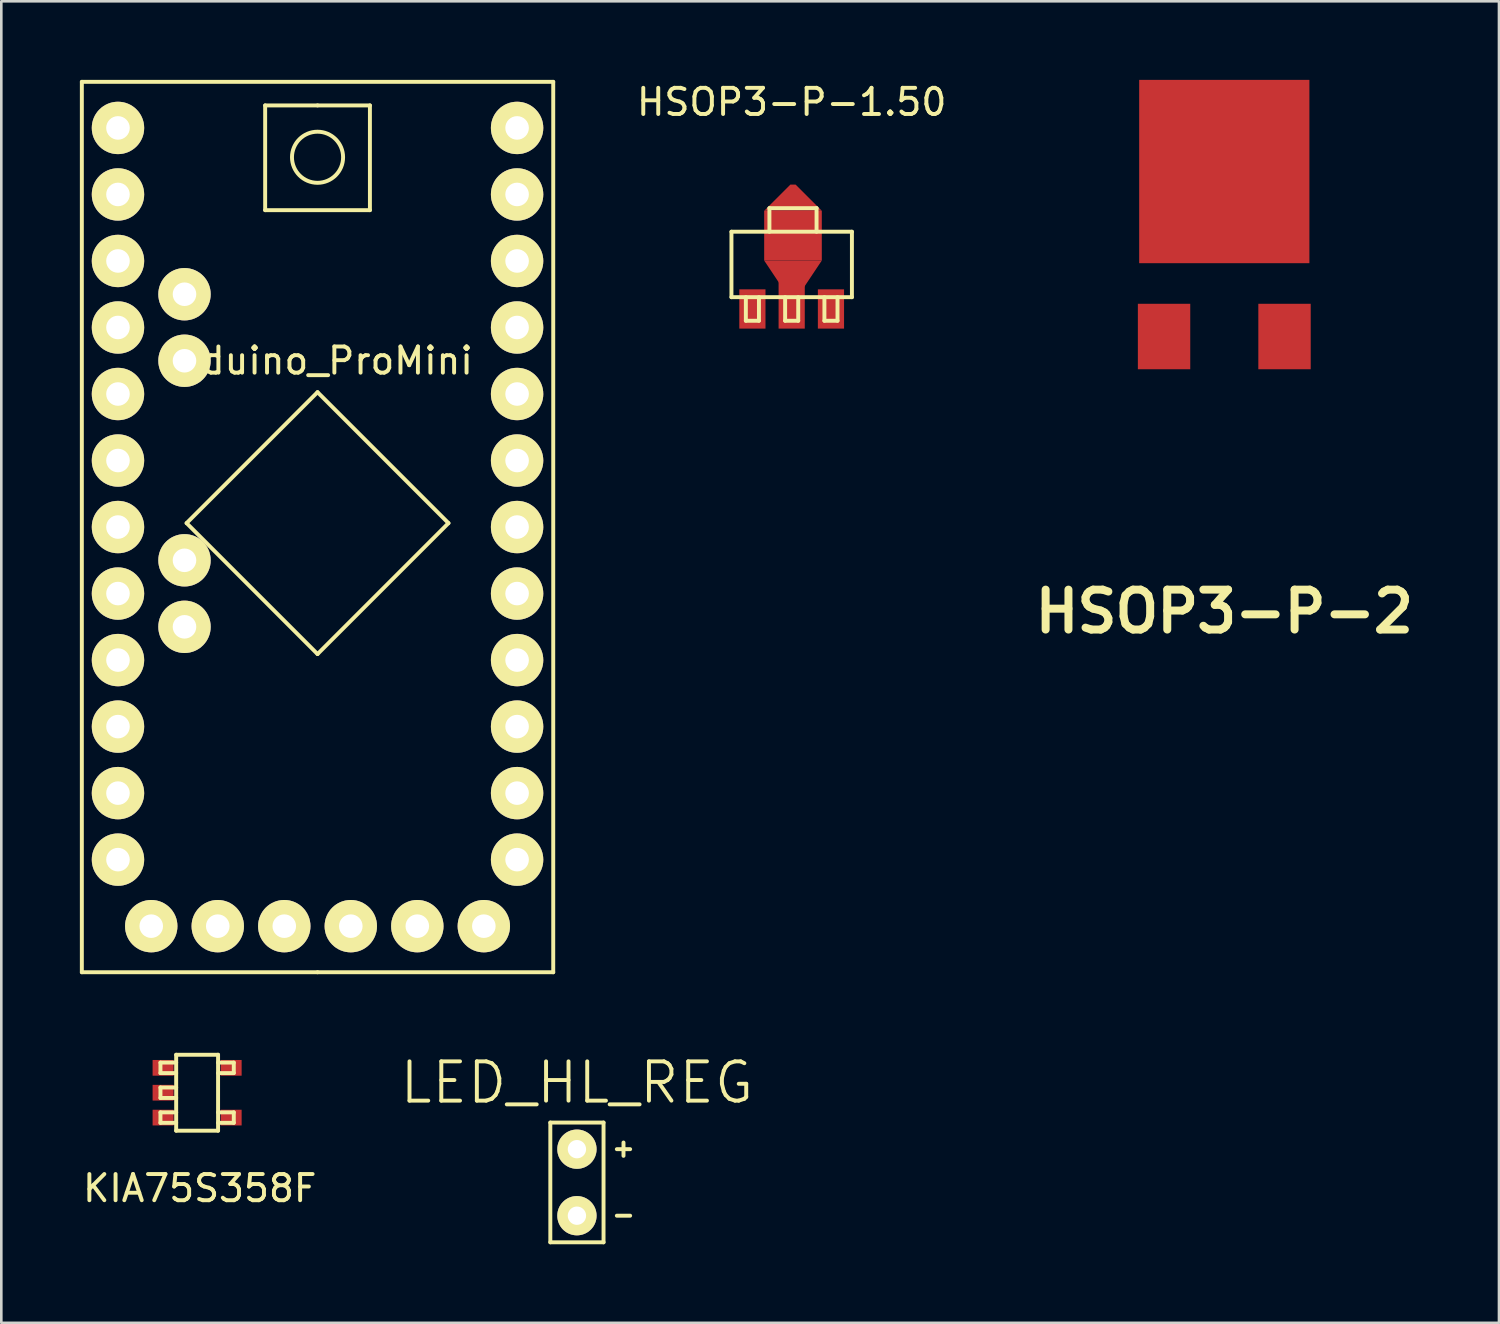
<source format=kicad_pcb>
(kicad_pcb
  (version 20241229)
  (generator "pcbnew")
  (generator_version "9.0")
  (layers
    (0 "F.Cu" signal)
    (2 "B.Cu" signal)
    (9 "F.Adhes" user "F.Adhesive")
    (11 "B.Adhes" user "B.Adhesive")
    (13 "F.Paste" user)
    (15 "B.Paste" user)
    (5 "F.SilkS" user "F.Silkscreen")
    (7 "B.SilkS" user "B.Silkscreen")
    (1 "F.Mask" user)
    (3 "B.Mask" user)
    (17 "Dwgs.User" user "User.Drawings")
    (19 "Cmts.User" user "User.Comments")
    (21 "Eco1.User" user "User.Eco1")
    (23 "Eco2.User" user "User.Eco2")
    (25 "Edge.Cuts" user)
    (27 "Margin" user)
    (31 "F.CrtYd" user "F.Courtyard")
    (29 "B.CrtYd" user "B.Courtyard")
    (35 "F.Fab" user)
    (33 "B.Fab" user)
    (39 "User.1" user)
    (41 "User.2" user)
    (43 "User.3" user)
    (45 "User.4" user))
  (footprint "HSOP3-P-1.50"
    (layer "F.Cu")
    (at 27.18 8.748)
    (property "Reference" "HSOP3-P-1.50" (at 0 -7.9 0) (layer "F.SilkS") (effects (font (size 1 1) (thickness 0.15))))
    (attr through_hole)
    (fp_line (start -2.3 -2.95) (end 2.3 -2.95) (stroke (width 0.15) (type solid)) (layer "F.SilkS"))
    (fp_line (start -2.3 -0.45) (end -2.3 -2.95) (stroke (width 0.15) (type solid)) (layer "F.SilkS"))
    (fp_line (start -1.75 -0.45) (end -1.75 0.45) (stroke (width 0.15) (type solid)) (layer "F.SilkS"))
    (fp_line (start -1.75 0.45) (end -1.25 0.45) (stroke (width 0.15) (type solid)) (layer "F.SilkS"))
    (fp_line (start -1.25 0.45) (end -1.25 -0.45) (stroke (width 0.15) (type solid)) (layer "F.SilkS"))
    (fp_line (start -0.85 -3.85) (end 0.95 -3.85) (stroke (width 0.15) (type solid)) (layer "F.SilkS"))
    (fp_line (start -0.85 -2.95) (end -0.85 -3.85) (stroke (width 0.15) (type solid)) (layer "F.SilkS"))
    (fp_line (start -0.25 -0.45) (end -0.25 0.45) (stroke (width 0.15) (type solid)) (layer "F.SilkS"))
    (fp_line (start -0.25 0.45) (end 0.25 0.45) (stroke (width 0.15) (type solid)) (layer "F.SilkS"))
    (fp_line (start 0.25 0.45) (end 0.25 -0.45) (stroke (width 0.15) (type solid)) (layer "F.SilkS"))
    (fp_line (start 0.95 -3.85) (end 0.95 -2.95) (stroke (width 0.15) (type solid)) (layer "F.SilkS"))
    (fp_line (start 1.25 -0.45) (end 1.25 0.45) (stroke (width 0.15) (type solid)) (layer "F.SilkS"))
    (fp_line (start 1.25 0.45) (end 1.75 0.45) (stroke (width 0.15) (type solid)) (layer "F.SilkS"))
    (fp_line (start 1.75 0.45) (end 1.75 -0.45) (stroke (width 0.15) (type solid)) (layer "F.SilkS"))
    (fp_line (start 2.3 -2.95) (end 2.3 -0.45) (stroke (width 0.15) (type solid)) (layer "F.SilkS"))
    (fp_line (start 2.3 -0.45) (end -2.3 -0.45) (stroke (width 0.15) (type solid)) (layer "F.SilkS"))
    (pad "1" smd rect (at -1.5 0) (size 1 1.5) (layers "F.Cu" "F.Mask" "F.Paste"))
    (pad "2" smd rect (at 0 -0.15) (size 1 1.8) (layers "F.Cu" "F.Mask" "F.Paste"))
    (pad "2" smd trapezoid (at 0.05 -4.25) (size 1.2 1) (rect_delta 0 1) (layers "F.Cu" "F.Mask" "F.Paste"))
    (pad "2" smd rect (at 0.05 -2.8) (size 2.2 1.9) (layers "F.Cu" "F.Mask" "F.Paste"))
    (pad "2" smd trapezoid (at 0.05 -1.1 180) (size 1.2 1.5) (rect_delta 0 1) (layers "F.Cu" "F.Mask" "F.Paste"))
    (pad "3" smd rect (at 1.5 0) (size 1 1.5) (layers "F.Cu" "F.Mask" "F.Paste")))
  (footprint "LED_HL_REG"
    (layer "F.Cu")
    (at 18.98 40.831)
    (property "Reference" "LED_HL_REG" (at 0 -2.54 0) (layer "F.SilkS") (effects (font (size 1.5 1.5) (thickness 0.15))))
    (attr through_hole)
    (fp_line (start -1.016 -1.016) (end -1.016 3.556) (stroke (width 0.15) (type solid)) (layer "F.SilkS"))
    (fp_line (start -1.016 3.556) (end 1.016 3.556) (stroke (width 0.15) (type solid)) (layer "F.SilkS"))
    (fp_line (start 1.016 -1.016) (end -1.016 -1.016) (stroke (width 0.15) (type solid)) (layer "F.SilkS"))
    (fp_line (start 1.016 3.556) (end 1.016 -1.016) (stroke (width 0.15) (type solid)) (layer "F.SilkS"))
    (fp_line (start 1.524 0) (end 2.032 0) (stroke (width 0.15) (type solid)) (layer "F.SilkS"))
    (fp_line (start 1.524 2.54) (end 2.032 2.54) (stroke (width 0.15) (type solid)) (layer "F.SilkS"))
    (fp_line (start 1.778 -0.254) (end 1.778 0.254) (stroke (width 0.15) (type solid)) (layer "F.SilkS"))
    (pad "1" thru_hole circle (at 0 0) (size 1.5 1.5) (drill 0.7) (layers "*.Cu" "*.Mask" "F.SilkS"))
    (pad "2" thru_hole circle (at 0 2.54) (size 1.5 1.5) (drill 0.7) (layers "*.Cu" "*.Mask" "F.SilkS")))
  (footprint "KIA75S358F"
    (layer "F.Cu")
    (at 3.177 37.725)
    (property "Reference" "KIA75S358F" (at 1.4 4.6 0) (layer "F.SilkS") (effects (font (size 1 1) (thickness 0.15))))
    (attr through_hole)
    (fp_line (start -0.1 -0.2) (end -0.1 0.2) (stroke (width 0.15) (type solid)) (layer "F.SilkS"))
    (fp_line (start -0.1 0.2) (end 0.5 0.2) (stroke (width 0.15) (type solid)) (layer "F.SilkS"))
    (fp_line (start -0.1 0.75) (end -0.1 1.15) (stroke (width 0.15) (type solid)) (layer "F.SilkS"))
    (fp_line (start -0.1 1.15) (end 0.5 1.15) (stroke (width 0.15) (type solid)) (layer "F.SilkS"))
    (fp_line (start -0.1 1.7) (end -0.1 2.1) (stroke (width 0.15) (type solid)) (layer "F.SilkS"))
    (fp_line (start -0.1 2.1) (end 0.5 2.1) (stroke (width 0.15) (type solid)) (layer "F.SilkS"))
    (fp_line (start 0.5 -0.5) (end 0.5 2.4) (stroke (width 0.15) (type solid)) (layer "F.SilkS"))
    (fp_line (start 0.5 -0.2) (end -0.1 -0.2) (stroke (width 0.15) (type solid)) (layer "F.SilkS"))
    (fp_line (start 0.5 0.75) (end -0.1 0.75) (stroke (width 0.15) (type solid)) (layer "F.SilkS"))
    (fp_line (start 0.5 1.7) (end -0.1 1.7) (stroke (width 0.15) (type solid)) (layer "F.SilkS"))
    (fp_line (start 0.5 2.4) (end 2.1 2.4) (stroke (width 0.15) (type solid)) (layer "F.SilkS"))
    (fp_line (start 2.1 -0.5) (end 0.5 -0.5) (stroke (width 0.15) (type solid)) (layer "F.SilkS"))
    (fp_line (start 2.1 -0.5) (end 2.1 2.4) (stroke (width 0.15) (type solid)) (layer "F.SilkS"))
    (fp_line (start 2.1 -0.2) (end 2.7 -0.2) (stroke (width 0.15) (type solid)) (layer "F.SilkS"))
    (fp_line (start 2.1 1.7) (end 2.7 1.7) (stroke (width 0.15) (type solid)) (layer "F.SilkS"))
    (fp_line (start 2.7 -0.2) (end 2.7 0.2) (stroke (width 0.15) (type solid)) (layer "F.SilkS"))
    (fp_line (start 2.7 0.2) (end 2.1 0.2) (stroke (width 0.15) (type solid)) (layer "F.SilkS"))
    (fp_line (start 2.7 1.7) (end 2.7 2.1) (stroke (width 0.15) (type solid)) (layer "F.SilkS"))
    (fp_line (start 2.7 2.1) (end 2.1 2.1) (stroke (width 0.15) (type solid)) (layer "F.SilkS"))
    (pad "1" smd rect (at 0 0 90) (size 0.6 0.8) (layers "F.Cu" "F.Mask" "F.Paste"))
    (pad "2" smd rect (at 0 0.95 90) (size 0.6 0.8) (layers "F.Cu" "F.Mask" "F.Paste"))
    (pad "3" smd rect (at 0 1.9 90) (size 0.6 0.8) (layers "F.Cu" "F.Mask" "F.Paste"))
    (pad "4" smd rect (at 2.6 1.9 90) (size 0.6 0.8) (layers "F.Cu" "F.Mask" "F.Paste"))
    (pad "5" smd rect (at 2.6 0 90) (size 0.6 0.8) (layers "F.Cu" "F.Mask" "F.Paste")))
  (footprint "HSOP3-P-2"
    (layer "F.Cu")
    (at 43.699 8.5)
    (property "Reference" "HSOP3-P-2" (at 0 11.8 0) (layer "F.SilkS") (effects (font (size 1.524 1.524) (thickness 0.305))))
    (attr through_hole)
    (pad "1" smd rect (at -2.3 1.3) (size 2 2.5) (layers "F.Cu" "F.Mask" "F.Paste"))
    (pad "2" smd rect (at 2.3 1.3) (size 2 2.5) (layers "F.Cu" "F.Mask" "F.Paste"))
    (pad "3" smd rect (at 0 -5) (size 6.5 7) (layers "F.Cu" "F.Mask" "F.Paste")))
  (footprint "Arduino_ProMini"
    (layer "F.Cu")
    (at 1.455 14.535)
    (property "Reference" "Arduino_ProMini" (at 7.62 -3.81 0) (layer "F.SilkS") (effects (font (size 1 1) (thickness 0.15))))
    (attr through_hole)
    (fp_line (start -1.38 19.54) (end -1.38 -14.46) (stroke (width 0.15) (type solid)) (layer "F.SilkS"))
    (fp_line (start 2.62 2.39) (end 7.62 -2.61) (stroke (width 0.15) (type solid)) (layer "F.SilkS"))
    (fp_line (start 5.62 -13.56) (end 5.62 -9.56) (stroke (width 0.15) (type solid)) (layer "F.SilkS"))
    (fp_line (start 5.62 -9.56) (end 9.62 -9.56) (stroke (width 0.15) (type solid)) (layer "F.SilkS"))
    (fp_line (start 7.62 -13.56) (end 5.62 -13.56) (stroke (width 0.15) (type solid)) (layer "F.SilkS"))
    (fp_line (start 7.62 -2.61) (end 12.62 2.39) (stroke (width 0.15) (type solid)) (layer "F.SilkS"))
    (fp_line (start 7.62 7.39) (end 2.62 2.39) (stroke (width 0.15) (type solid)) (layer "F.SilkS"))
    (fp_line (start 7.62 19.54) (end -1.38 19.54) (stroke (width 0.15) (type solid)) (layer "F.SilkS"))
    (fp_line (start 7.62 19.54) (end 16.62 19.54) (stroke (width 0.15) (type solid)) (layer "F.SilkS"))
    (fp_line (start 9.62 -13.56) (end 7.62 -13.56) (stroke (width 0.15) (type solid)) (layer "F.SilkS"))
    (fp_line (start 9.62 -9.56) (end 9.62 -13.56) (stroke (width 0.15) (type solid)) (layer "F.SilkS"))
    (fp_line (start 12.62 2.39) (end 7.62 7.39) (stroke (width 0.15) (type solid)) (layer "F.SilkS"))
    (fp_line (start 16.62 -14.46) (end -1.38 -14.46) (stroke (width 0.15) (type solid)) (layer "F.SilkS"))
    (fp_line (start 16.62 19.54) (end 16.62 -14.46) (stroke (width 0.15) (type solid)) (layer "F.SilkS"))
    (fp_circle (center 7.62 -11.58) (end 8.51 -11.18) (stroke (width 0.15) (type solid)) (fill no) (layer "F.SilkS"))
    (pad "1" thru_hole circle (at 0 -12.7) (size 2 2) (drill 0.9) (layers "*.Cu" "*.Mask" "F.SilkS"))
    (pad "2" thru_hole circle (at 0 -10.16) (size 2 2) (drill 0.9) (layers "*.Cu" "*.Mask" "F.SilkS"))
    (pad "3" thru_hole circle (at 0 -7.62) (size 2 2) (drill 0.9) (layers "*.Cu" "*.Mask" "F.SilkS"))
    (pad "4" thru_hole circle (at 0 -5.08) (size 2 2) (drill 0.9) (layers "*.Cu" "*.Mask" "F.SilkS"))
    (pad "5" thru_hole circle (at 0 -2.54) (size 2 2) (drill 0.9) (layers "*.Cu" "*.Mask" "F.SilkS"))
    (pad "6" thru_hole circle (at 0 0) (size 2 2) (drill 0.9) (layers "*.Cu" "*.Mask" "F.SilkS"))
    (pad "7" thru_hole circle (at 0 2.54) (size 2 2) (drill 0.9) (layers "*.Cu" "*.Mask" "F.SilkS"))
    (pad "8" thru_hole circle (at 0 5.08) (size 2 2) (drill 0.9) (layers "*.Cu" "*.Mask" "F.SilkS"))
    (pad "9" thru_hole circle (at 0 7.62) (size 2 2) (drill 0.9) (layers "*.Cu" "*.Mask" "F.SilkS"))
    (pad "10" thru_hole circle (at 0 10.16) (size 2 2) (drill 0.9) (layers "*.Cu" "*.Mask" "F.SilkS"))
    (pad "11" thru_hole circle (at 0 12.7) (size 2 2) (drill 0.9) (layers "*.Cu" "*.Mask" "F.SilkS"))
    (pad "12" thru_hole circle (at 0 15.24) (size 2 2) (drill 0.9) (layers "*.Cu" "*.Mask" "F.SilkS"))
    (pad "13" thru_hole circle (at 15.24 15.24) (size 2 2) (drill 0.9) (layers "*.Cu" "*.Mask" "F.SilkS"))
    (pad "14" thru_hole circle (at 15.24 12.7) (size 2 2) (drill 0.9) (layers "*.Cu" "*.Mask" "F.SilkS"))
    (pad "15" thru_hole circle (at 15.24 10.16) (size 2 2) (drill 0.9) (layers "*.Cu" "*.Mask" "F.SilkS"))
    (pad "16" thru_hole circle (at 15.24 7.62) (size 2 2) (drill 0.9) (layers "*.Cu" "*.Mask" "F.SilkS"))
    (pad "17" thru_hole circle (at 15.24 5.08) (size 2 2) (drill 0.9) (layers "*.Cu" "*.Mask" "F.SilkS"))
    (pad "18" thru_hole circle (at 15.24 2.54) (size 2 2) (drill 0.9) (layers "*.Cu" "*.Mask" "F.SilkS"))
    (pad "19" thru_hole circle (at 15.24 0) (size 2 2) (drill 0.9) (layers "*.Cu" "*.Mask" "F.SilkS"))
    (pad "20" thru_hole circle (at 15.24 -2.54) (size 2 2) (drill 0.9) (layers "*.Cu" "*.Mask" "F.SilkS"))
    (pad "21" thru_hole circle (at 15.24 -5.08) (size 2 2) (drill 0.9) (layers "*.Cu" "*.Mask" "F.SilkS"))
    (pad "22" thru_hole circle (at 15.24 -7.62) (size 2 2) (drill 0.9) (layers "*.Cu" "*.Mask" "F.SilkS"))
    (pad "23" thru_hole circle (at 15.24 -10.16) (size 2 2) (drill 0.9) (layers "*.Cu" "*.Mask" "F.SilkS"))
    (pad "24" thru_hole circle (at 15.24 -12.7) (size 2 2) (drill 0.9) (layers "*.Cu" "*.Mask" "F.SilkS"))
    (pad "25" thru_hole circle (at 2.54 3.81) (size 2 2) (drill 0.9) (layers "*.Cu" "*.Mask" "F.SilkS"))
    (pad "26" thru_hole circle (at 2.54 6.35) (size 2 2) (drill 0.9) (layers "*.Cu" "*.Mask" "F.SilkS"))
    (pad "27" thru_hole circle (at 2.54 -6.35) (size 2 2) (drill 0.9) (layers "*.Cu" "*.Mask" "F.SilkS"))
    (pad "28" thru_hole circle (at 2.54 -3.81) (size 2 2) (drill 0.9) (layers "*.Cu" "*.Mask" "F.SilkS"))
    (pad "29" thru_hole circle (at 1.27 17.78) (size 2 2) (drill 0.9) (layers "*.Cu" "*.Mask" "F.SilkS"))
    (pad "30" thru_hole circle (at 3.81 17.78) (size 2 2) (drill 0.9) (layers "*.Cu" "*.Mask" "F.SilkS"))
    (pad "31" thru_hole circle (at 6.35 17.78) (size 2 2) (drill 0.9) (layers "*.Cu" "*.Mask" "F.SilkS"))
    (pad "32" thru_hole circle (at 8.89 17.78) (size 2 2) (drill 0.9) (layers "*.Cu" "*.Mask" "F.SilkS"))
    (pad "33" thru_hole circle (at 11.43 17.78) (size 2 2) (drill 0.9) (layers "*.Cu" "*.Mask" "F.SilkS"))
    (pad "34" thru_hole circle (at 13.97 17.78) (size 2 2) (drill 0.9) (layers "*.Cu" "*.Mask" "F.SilkS")))
  (gr_rect
    (start -3 -3)
    (end 54.188 47.462)
    (stroke (width 0.1) (type default))
    (fill no)
    (layer "Edge.Cuts")))
</source>
